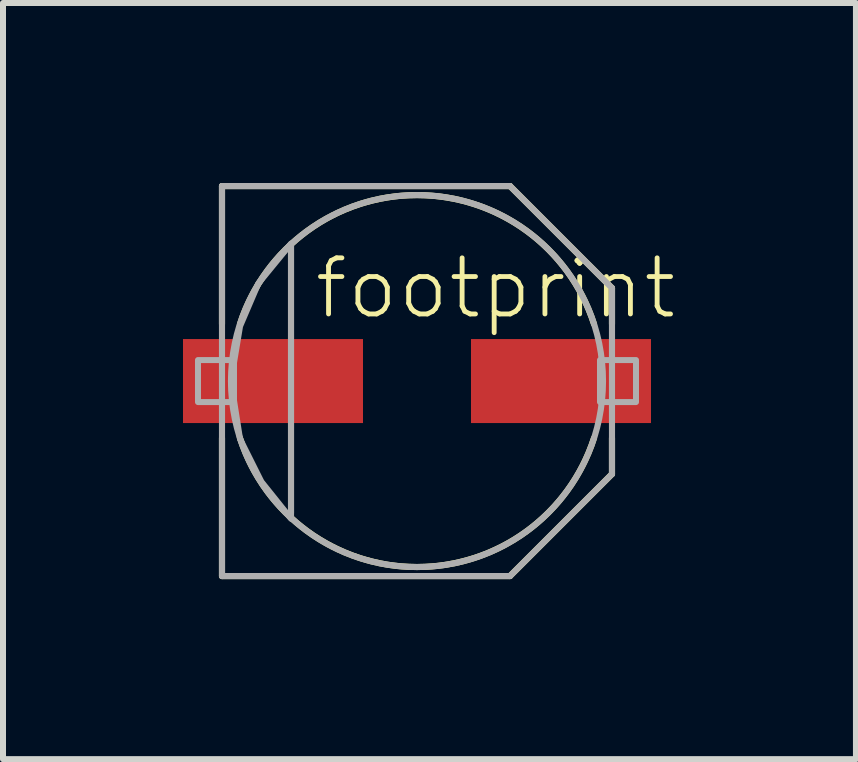
<source format=kicad_pcb>
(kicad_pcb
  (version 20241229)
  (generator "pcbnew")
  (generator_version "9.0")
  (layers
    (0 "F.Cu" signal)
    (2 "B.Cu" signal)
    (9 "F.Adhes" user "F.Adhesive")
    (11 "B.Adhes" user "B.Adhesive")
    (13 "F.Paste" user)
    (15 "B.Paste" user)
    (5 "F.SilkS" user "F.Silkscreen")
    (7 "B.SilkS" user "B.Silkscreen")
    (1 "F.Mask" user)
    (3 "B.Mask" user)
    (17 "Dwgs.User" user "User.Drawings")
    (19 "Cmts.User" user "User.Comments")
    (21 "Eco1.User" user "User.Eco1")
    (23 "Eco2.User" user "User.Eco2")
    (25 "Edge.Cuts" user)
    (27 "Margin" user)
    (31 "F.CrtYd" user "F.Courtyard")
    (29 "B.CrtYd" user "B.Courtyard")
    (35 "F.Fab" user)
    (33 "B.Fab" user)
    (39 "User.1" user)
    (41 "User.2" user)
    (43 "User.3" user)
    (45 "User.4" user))
  (footprint "footprint"
    (layer "F.Cu")
    (at 3.9 3.301)
    (property "Reference" "footprint" (at -1.75 -1 0) (layer "F.SilkS") (effects (font (size 0.935 0.935) (thickness 0.081)) (justify left bottom)))
    (fp_line (start -3.25 -3.25) (end 1.55 -3.25) (stroke (width 0.102) (type solid)) (layer "F.SilkS"))
    (fp_line (start -3.25 -0.95) (end -3.25 -3.25) (stroke (width 0.102) (type solid)) (layer "F.SilkS"))
    (fp_line (start -3.25 3.25) (end -3.25 0.95) (stroke (width 0.102) (type solid)) (layer "F.SilkS"))
    (fp_line (start 1.55 -3.25) (end 3.25 -1.55) (stroke (width 0.102) (type solid)) (layer "F.SilkS"))
    (fp_line (start 1.55 3.25) (end -3.25 3.25) (stroke (width 0.102) (type solid)) (layer "F.SilkS"))
    (fp_line (start 3.25 -1.55) (end 3.25 -0.95) (stroke (width 0.102) (type solid)) (layer "F.SilkS"))
    (fp_line (start 3.25 0.95) (end 3.25 1.55) (stroke (width 0.102) (type solid)) (layer "F.SilkS"))
    (fp_line (start 3.25 1.55) (end 1.55 3.25) (stroke (width 0.102) (type solid)) (layer "F.SilkS"))
    (fp_arc (start -2.95 -0.95) (mid 0 -3.099193) (end 2.95 -0.95) (stroke (width 0.1016) (type solid)) (layer "F.SilkS"))
    (fp_arc (start 2.95 0.95) (mid 0 3.099193) (end -2.95 0.95) (stroke (width 0.1016) (type solid)) (layer "F.SilkS"))
    (fp_line (start -3.25 -3.25) (end 1.55 -3.25) (stroke (width 0.102) (type solid)) (layer "F.Fab"))
    (fp_line (start -3.25 3.25) (end -3.25 -3.25) (stroke (width 0.102) (type solid)) (layer "F.Fab"))
    (fp_line (start -2.1 -2.25) (end -2.1 2.2) (stroke (width 0.102) (type solid)) (layer "F.Fab"))
    (fp_line (start 1.55 -3.25) (end 3.25 -1.55) (stroke (width 0.102) (type solid)) (layer "F.Fab"))
    (fp_line (start 1.55 3.25) (end -3.25 3.25) (stroke (width 0.102) (type solid)) (layer "F.Fab"))
    (fp_line (start 3.25 -1.55) (end 3.25 1.55) (stroke (width 0.102) (type solid)) (layer "F.Fab"))
    (fp_line (start 3.25 1.55) (end 1.55 3.25) (stroke (width 0.102) (type solid)) (layer "F.Fab"))
    (fp_circle (center 0 0) (end 3.1 0) (stroke (width 0.102) (type solid)) (fill no) (layer "F.Fab"))
    (fp_poly (pts (xy -3.65 0.35) (xy -3.05 0.35) (xy -3.05 -0.35) (xy -3.65 -0.35)) (stroke (width 0.1) (type solid)) (fill no) (layer "F.Fab"))
    (fp_poly (pts (xy 3.05 0.35) (xy 3.65 0.35) (xy 3.65 -0.35) (xy 3.05 -0.35)) (stroke (width 0.1) (type solid)) (fill no) (layer "F.Fab"))
    (fp_poly (pts (xy -2.099 2.295) (xy -2.593 1.678) (xy -2.949 0.966) (xy -3.101 -0.00022) (xy -2.949 -0.914) (xy -2.644 -1.627) (xy -2.099 -2.292)) (stroke (width 0.1) (type solid)) (fill no) (layer "F.Fab"))
    (pad "+" smd rect (at 2.4 0) (size 3 1.4) (layers "F.Cu" "F.Mask" "F.Paste"))
    (pad "-" smd rect (at -2.4 0) (size 3 1.4) (layers "F.Cu" "F.Mask" "F.Paste")))
  (gr_rect
    (start -3 -3)
    (end 11.216 9.602)
    (stroke (width 0.1) (type default))
    (fill no)
    (layer "Edge.Cuts")))
</source>
